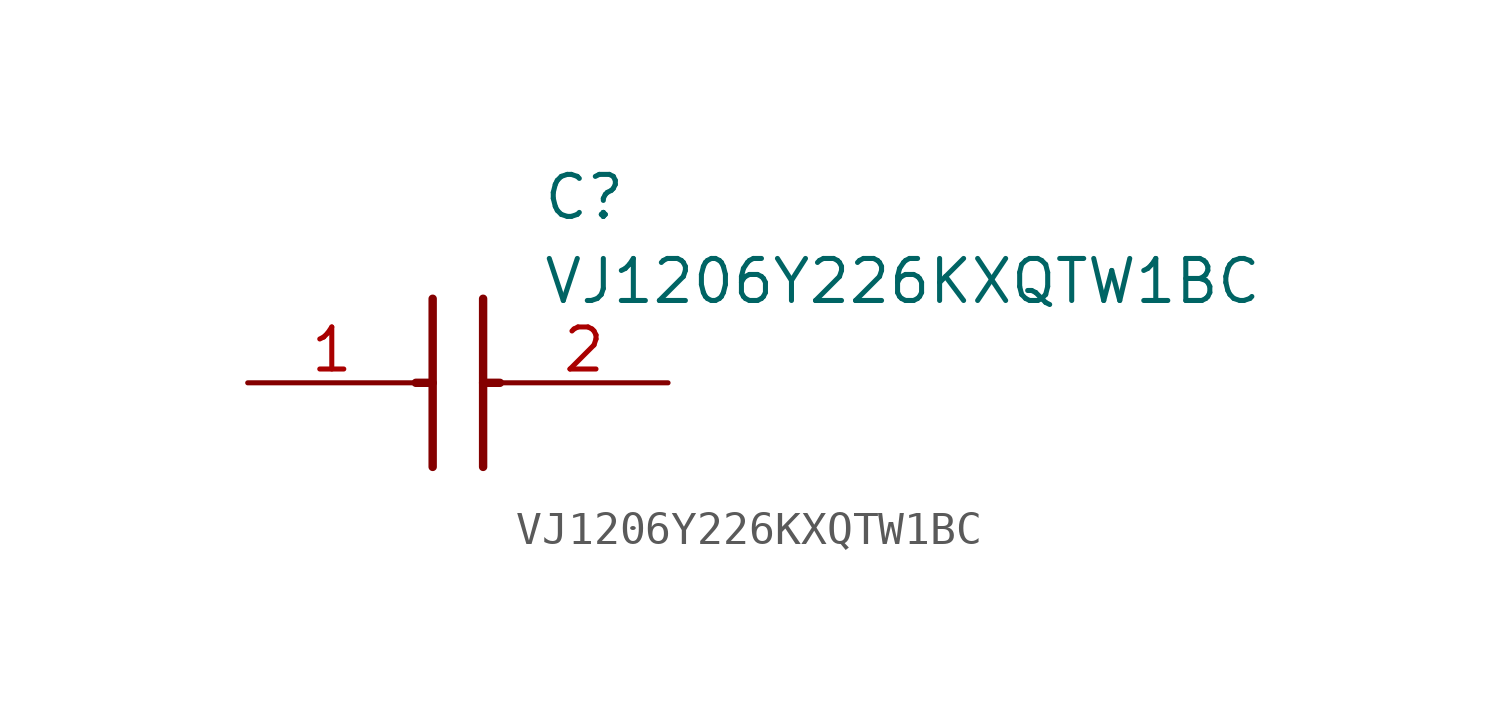
<source format=kicad_sym>
(kicad_symbol_lib
  (version 20211014)
  (generator SamacSys_ECAD_Model)
  (symbol "VJ1206Y226KXQTW1BC"
    (pin_names hide)
    (property "Reference" "C"
      (at 8.89 6.35 0)
      (effects (font (size 1.27 1.27)) (justify left top)))
    (property "Value" "VJ1206Y226KXQTW1BC"
      (at 8.89 3.81 0)
      (effects (font (size 1.27 1.27)) (justify left top)))
    (polyline
      (pts (xy 5.588 2.54) (xy 5.588 -2.54))
      (stroke (width 0.254) (type default))
      (fill (type none)))
    (polyline
      (pts (xy 7.112 2.54) (xy 7.112 -2.54))
      (stroke (width 0.254) (type default))
      (fill (type none)))
    (polyline
      (pts (xy 5.08 0) (xy 5.588 0))
      (stroke (width 0.254) (type default))
      (fill (type none)))
    (polyline
      (pts (xy 7.112 0) (xy 7.62 0))
      (stroke (width 0.254) (type default))
      (fill (type none)))
    (pin passive line
      (at 0 0 0)
      (length 5.08)
      (name "1" (effects (font (size 1.27 1.27))))
      (number "1" (effects (font (size 1.27 1.27)))))
    (pin passive line
      (at 12.7 0 180)
      (length 5.08)
      (name "2" (effects (font (size 1.27 1.27))))
      (number "2" (effects (font (size 1.27 1.27)))))))
</source>
